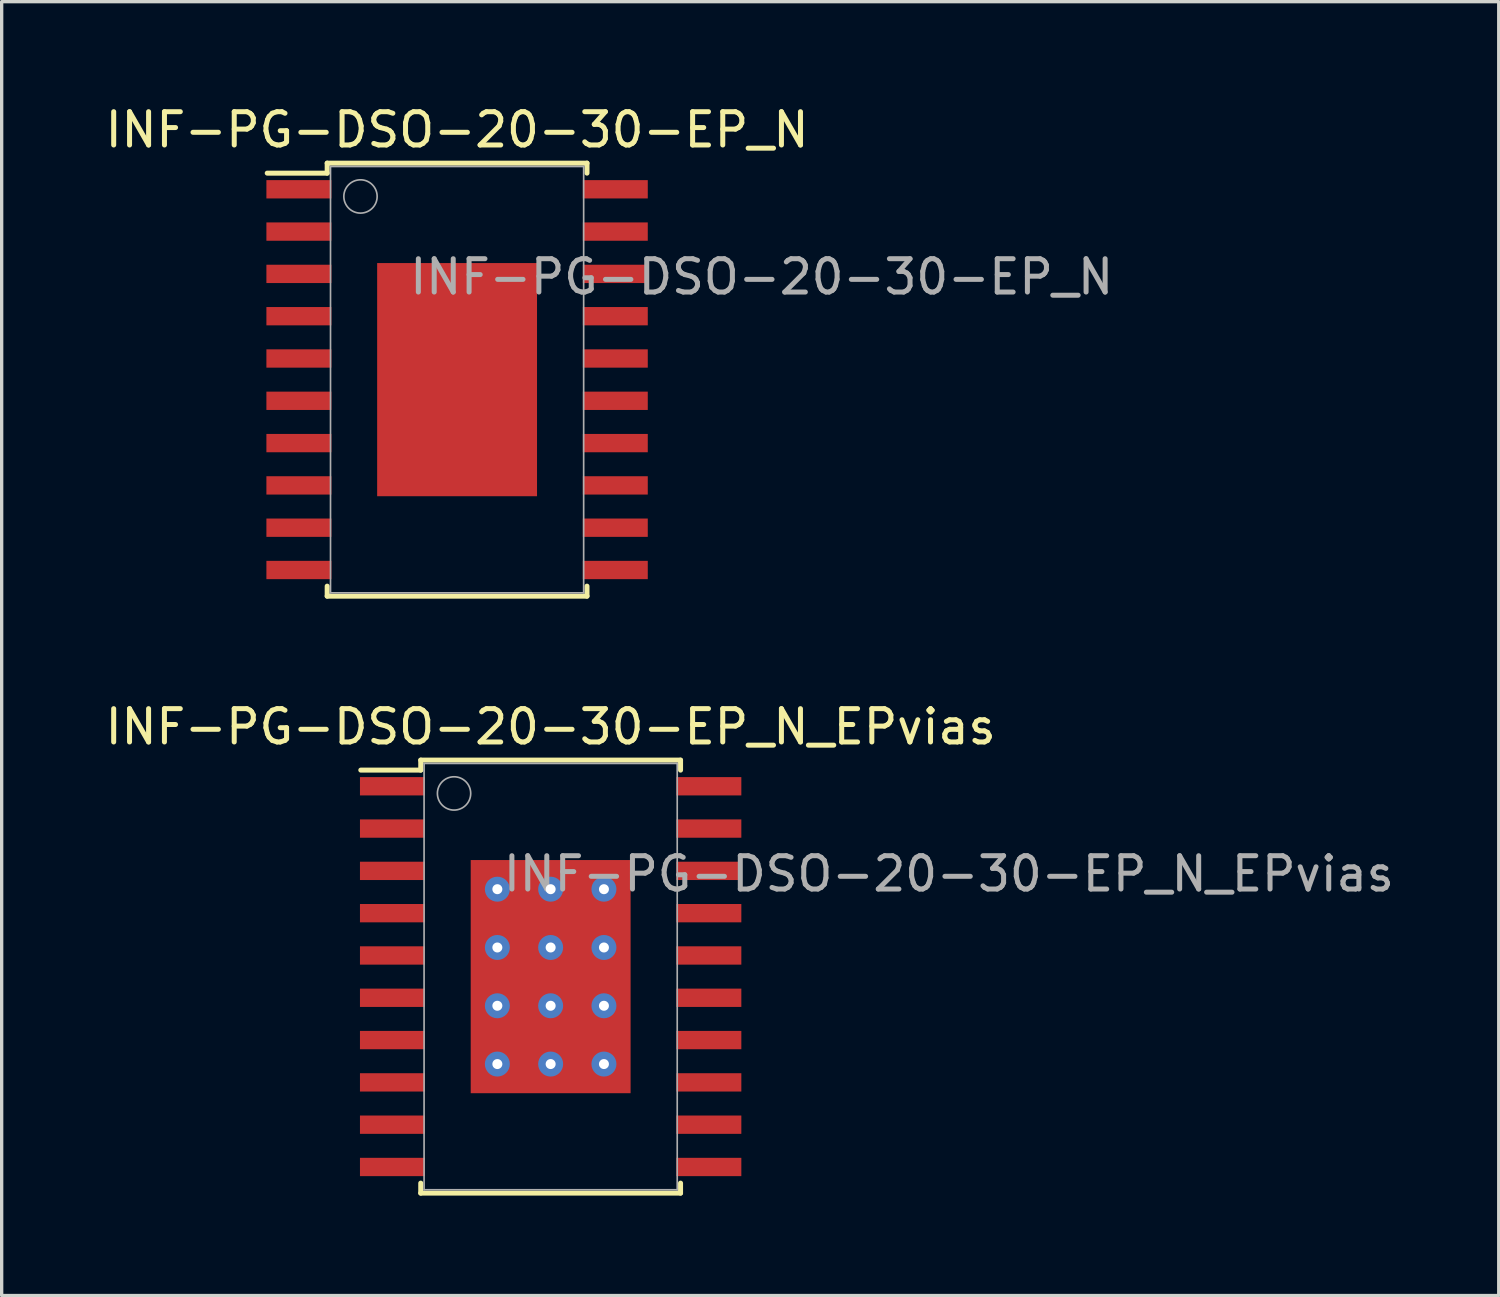
<source format=kicad_pcb>
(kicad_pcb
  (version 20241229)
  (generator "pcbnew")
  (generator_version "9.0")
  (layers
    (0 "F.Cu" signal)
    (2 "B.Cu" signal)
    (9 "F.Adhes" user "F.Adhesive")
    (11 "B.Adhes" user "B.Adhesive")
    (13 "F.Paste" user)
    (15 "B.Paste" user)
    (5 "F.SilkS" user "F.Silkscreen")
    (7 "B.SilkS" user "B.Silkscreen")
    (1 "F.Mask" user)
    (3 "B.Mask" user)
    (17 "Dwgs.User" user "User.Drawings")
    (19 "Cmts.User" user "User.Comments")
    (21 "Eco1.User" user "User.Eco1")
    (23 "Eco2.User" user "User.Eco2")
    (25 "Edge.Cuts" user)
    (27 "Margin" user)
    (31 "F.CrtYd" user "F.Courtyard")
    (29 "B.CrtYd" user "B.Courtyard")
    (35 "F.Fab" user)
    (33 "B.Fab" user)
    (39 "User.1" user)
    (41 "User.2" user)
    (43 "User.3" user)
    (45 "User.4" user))
  (footprint "INF-PG-DSO-20-30-EP_N_EPvias"
    (layer "F.Cu")
    (at 13.482 26.271)
    (property "Reference" "INF-PG-DSO-20-30-EP_N_EPvias" (at -1.5 -2.5 0) (layer "F.Fab") (effects (font (size 1 1) (thickness 0.15)) (justify left bottom)))
    (attr through_hole)
    (fp_line (start -5.7 -6.2) (end -3.9 -6.2) (stroke (width 0.15) (type solid)) (layer "F.SilkS"))
    (fp_line (start -3.9 -6.5) (end 3.9 -6.5) (stroke (width 0.15) (type solid)) (layer "F.SilkS"))
    (fp_line (start -3.9 -6.2) (end -3.9 -6.5) (stroke (width 0.15) (type solid)) (layer "F.SilkS"))
    (fp_line (start -3.9 6.2) (end -3.9 6.5) (stroke (width 0.15) (type solid)) (layer "F.SilkS"))
    (fp_line (start 3.9 -6.2) (end 3.9 -6.5) (stroke (width 0.15) (type solid)) (layer "F.SilkS"))
    (fp_line (start 3.9 6.2) (end 3.9 6.5) (stroke (width 0.15) (type solid)) (layer "F.SilkS"))
    (fp_line (start 3.9 6.5) (end -3.9 6.5) (stroke (width 0.15) (type solid)) (layer "F.SilkS"))
    (fp_line (start -3.8 -6.4) (end 3.8 -6.4) (stroke (width 0.05) (type solid)) (layer "F.Fab"))
    (fp_line (start -3.8 6.4) (end -3.8 -6.4) (stroke (width 0.05) (type solid)) (layer "F.Fab"))
    (fp_line (start 3.8 -6.4) (end 3.8 6.4) (stroke (width 0.05) (type solid)) (layer "F.Fab"))
    (fp_line (start 3.8 6.4) (end -3.8 6.4) (stroke (width 0.05) (type solid)) (layer "F.Fab"))
    (fp_circle (center -2.9 -5.5) (end -2.4 -5.5) (stroke (width 0.05) (type solid)) (fill no) (layer "F.Fab"))
    (fp_text user "${REFERENCE}" (at 0 -7.5 0) (layer "F.SilkS") (effects (font (size 1 1) (thickness 0.15))))
    (pad "1" smd rect (at -4.75 -5.715 90) (size 0.55 1.95) (layers "F.Cu" "F.Mask" "F.Paste"))
    (pad "2" smd rect (at -4.75 -4.445 90) (size 0.55 1.95) (layers "F.Cu" "F.Mask" "F.Paste"))
    (pad "3" smd rect (at -4.75 -3.175 90) (size 0.55 1.95) (layers "F.Cu" "F.Mask" "F.Paste"))
    (pad "4" smd rect (at -4.75 -1.905 90) (size 0.55 1.95) (layers "F.Cu" "F.Mask" "F.Paste"))
    (pad "5" smd rect (at -4.75 -0.635 90) (size 0.55 1.95) (layers "F.Cu" "F.Mask" "F.Paste"))
    (pad "6" smd rect (at -4.75 0.635 90) (size 0.55 1.95) (layers "F.Cu" "F.Mask" "F.Paste"))
    (pad "7" smd rect (at -4.75 1.905 90) (size 0.55 1.95) (layers "F.Cu" "F.Mask" "F.Paste"))
    (pad "8" smd rect (at -4.75 3.175 90) (size 0.55 1.95) (layers "F.Cu" "F.Mask" "F.Paste"))
    (pad "9" smd rect (at -4.75 4.445 90) (size 0.55 1.95) (layers "F.Cu" "F.Mask" "F.Paste"))
    (pad "10" smd rect (at -4.75 5.715 90) (size 0.55 1.95) (layers "F.Cu" "F.Mask" "F.Paste"))
    (pad "11" smd rect (at 4.75 5.715 90) (size 0.55 1.95) (layers "F.Cu" "F.Mask" "F.Paste"))
    (pad "12" smd rect (at 4.75 4.445 90) (size 0.55 1.95) (layers "F.Cu" "F.Mask" "F.Paste"))
    (pad "13" smd rect (at 4.75 3.175 90) (size 0.55 1.95) (layers "F.Cu" "F.Mask" "F.Paste"))
    (pad "14" smd rect (at 4.75 1.905 90) (size 0.55 1.95) (layers "F.Cu" "F.Mask" "F.Paste"))
    (pad "15" smd rect (at 4.75 0.635 90) (size 0.55 1.95) (layers "F.Cu" "F.Mask" "F.Paste"))
    (pad "16" smd rect (at 4.75 -0.635 90) (size 0.55 1.95) (layers "F.Cu" "F.Mask" "F.Paste"))
    (pad "17" smd rect (at 4.75 -1.905 90) (size 0.55 1.95) (layers "F.Cu" "F.Mask" "F.Paste"))
    (pad "18" smd rect (at 4.75 -3.175 90) (size 0.55 1.95) (layers "F.Cu" "F.Mask" "F.Paste"))
    (pad "19" smd rect (at 4.75 -4.445 90) (size 0.55 1.95) (layers "F.Cu" "F.Mask" "F.Paste"))
    (pad "20" smd rect (at 4.75 -5.715 90) (size 0.55 1.95) (layers "F.Cu" "F.Mask" "F.Paste"))
    (pad "21" thru_hole circle (at -1.6 -2.625) (size 0.75 0.75) (drill 0.3) (layers "*.Cu" "F.Mask"))
    (pad "21" thru_hole circle (at -1.6 -0.875) (size 0.75 0.75) (drill 0.3) (layers "*.Cu" "F.Mask"))
    (pad "21" thru_hole circle (at -1.6 0.875) (size 0.75 0.75) (drill 0.3) (layers "*.Cu" "F.Mask"))
    (pad "21" thru_hole circle (at -1.6 2.625) (size 0.75 0.75) (drill 0.3) (layers "*.Cu" "F.Mask"))
    (pad "21" thru_hole circle (at 0 -2.625) (size 0.75 0.75) (drill 0.3) (layers "*.Cu" "F.Mask"))
    (pad "21" thru_hole circle (at 0 -0.875) (size 0.75 0.75) (drill 0.3) (layers "*.Cu" "F.Mask"))
    (pad "21" smd rect (at 0 0) (size 4.8 7) (layers "F.Cu" "F.Mask" "F.Paste"))
    (pad "21" thru_hole circle (at 0 0.875) (size 0.75 0.75) (drill 0.3) (layers "*.Cu" "F.Mask"))
    (pad "21" thru_hole circle (at 0 2.625) (size 0.75 0.75) (drill 0.3) (layers "*.Cu" "F.Mask"))
    (pad "21" thru_hole circle (at 1.6 -2.625) (size 0.75 0.75) (drill 0.3) (layers "*.Cu" "F.Mask"))
    (pad "21" thru_hole circle (at 1.6 -0.875) (size 0.75 0.75) (drill 0.3) (layers "*.Cu" "F.Mask"))
    (pad "21" thru_hole circle (at 1.6 0.875) (size 0.75 0.75) (drill 0.3) (layers "*.Cu" "F.Mask"))
    (pad "21" thru_hole circle (at 1.6 2.625) (size 0.75 0.75) (drill 0.3) (layers "*.Cu" "F.Mask")))
  (footprint "INF-PG-DSO-20-30-EP_N"
    (layer "F.Cu")
    (at 10.673 8.348)
    (property "Reference" "INF-PG-DSO-20-30-EP_N" (at -1.5 -2.5 0) (layer "F.Fab") (effects (font (size 1 1) (thickness 0.15)) (justify left bottom)))
    (attr through_hole)
    (fp_line (start -5.7 -6.2) (end -3.9 -6.2) (stroke (width 0.15) (type solid)) (layer "F.SilkS"))
    (fp_line (start -3.9 -6.5) (end 3.9 -6.5) (stroke (width 0.15) (type solid)) (layer "F.SilkS"))
    (fp_line (start -3.9 -6.2) (end -3.9 -6.5) (stroke (width 0.15) (type solid)) (layer "F.SilkS"))
    (fp_line (start -3.9 6.2) (end -3.9 6.5) (stroke (width 0.15) (type solid)) (layer "F.SilkS"))
    (fp_line (start 3.9 -6.2) (end 3.9 -6.5) (stroke (width 0.15) (type solid)) (layer "F.SilkS"))
    (fp_line (start 3.9 6.2) (end 3.9 6.5) (stroke (width 0.15) (type solid)) (layer "F.SilkS"))
    (fp_line (start 3.9 6.5) (end -3.9 6.5) (stroke (width 0.15) (type solid)) (layer "F.SilkS"))
    (fp_line (start -3.8 -6.4) (end 3.8 -6.4) (stroke (width 0.05) (type solid)) (layer "F.Fab"))
    (fp_line (start -3.8 6.4) (end -3.8 -6.4) (stroke (width 0.05) (type solid)) (layer "F.Fab"))
    (fp_line (start 3.8 -6.4) (end 3.8 6.4) (stroke (width 0.05) (type solid)) (layer "F.Fab"))
    (fp_line (start 3.8 6.4) (end -3.8 6.4) (stroke (width 0.05) (type solid)) (layer "F.Fab"))
    (fp_circle (center -2.9 -5.5) (end -2.4 -5.5) (stroke (width 0.05) (type solid)) (fill no) (layer "F.Fab"))
    (fp_text user "${REFERENCE}" (at 0 -7.5 0) (layer "F.SilkS") (effects (font (size 1 1) (thickness 0.15))))
    (pad "1" smd rect (at -4.75 -5.715 90) (size 0.55 1.95) (layers "F.Cu" "F.Mask" "F.Paste"))
    (pad "2" smd rect (at -4.75 -4.445 90) (size 0.55 1.95) (layers "F.Cu" "F.Mask" "F.Paste"))
    (pad "3" smd rect (at -4.75 -3.175 90) (size 0.55 1.95) (layers "F.Cu" "F.Mask" "F.Paste"))
    (pad "4" smd rect (at -4.75 -1.905 90) (size 0.55 1.95) (layers "F.Cu" "F.Mask" "F.Paste"))
    (pad "5" smd rect (at -4.75 -0.635 90) (size 0.55 1.95) (layers "F.Cu" "F.Mask" "F.Paste"))
    (pad "6" smd rect (at -4.75 0.635 90) (size 0.55 1.95) (layers "F.Cu" "F.Mask" "F.Paste"))
    (pad "7" smd rect (at -4.75 1.905 90) (size 0.55 1.95) (layers "F.Cu" "F.Mask" "F.Paste"))
    (pad "8" smd rect (at -4.75 3.175 90) (size 0.55 1.95) (layers "F.Cu" "F.Mask" "F.Paste"))
    (pad "9" smd rect (at -4.75 4.445 90) (size 0.55 1.95) (layers "F.Cu" "F.Mask" "F.Paste"))
    (pad "10" smd rect (at -4.75 5.715 90) (size 0.55 1.95) (layers "F.Cu" "F.Mask" "F.Paste"))
    (pad "11" smd rect (at 4.75 5.715 90) (size 0.55 1.95) (layers "F.Cu" "F.Mask" "F.Paste"))
    (pad "12" smd rect (at 4.75 4.445 90) (size 0.55 1.95) (layers "F.Cu" "F.Mask" "F.Paste"))
    (pad "13" smd rect (at 4.75 3.175 90) (size 0.55 1.95) (layers "F.Cu" "F.Mask" "F.Paste"))
    (pad "14" smd rect (at 4.75 1.905 90) (size 0.55 1.95) (layers "F.Cu" "F.Mask" "F.Paste"))
    (pad "15" smd rect (at 4.75 0.635 90) (size 0.55 1.95) (layers "F.Cu" "F.Mask" "F.Paste"))
    (pad "16" smd rect (at 4.75 -0.635 90) (size 0.55 1.95) (layers "F.Cu" "F.Mask" "F.Paste"))
    (pad "17" smd rect (at 4.75 -1.905 90) (size 0.55 1.95) (layers "F.Cu" "F.Mask" "F.Paste"))
    (pad "18" smd rect (at 4.75 -3.175 90) (size 0.55 1.95) (layers "F.Cu" "F.Mask" "F.Paste"))
    (pad "19" smd rect (at 4.75 -4.445 90) (size 0.55 1.95) (layers "F.Cu" "F.Mask" "F.Paste"))
    (pad "20" smd rect (at 4.75 -5.715 90) (size 0.55 1.95) (layers "F.Cu" "F.Mask" "F.Paste"))
    (pad "21" smd rect (at 0 0) (size 4.8 7) (layers "F.Cu" "F.Mask" "F.Paste")))
  (gr_rect
    (start -3 -3)
    (end 41.946 35.846)
    (stroke (width 0.1) (type default))
    (fill no)
    (layer "Edge.Cuts")))
</source>
